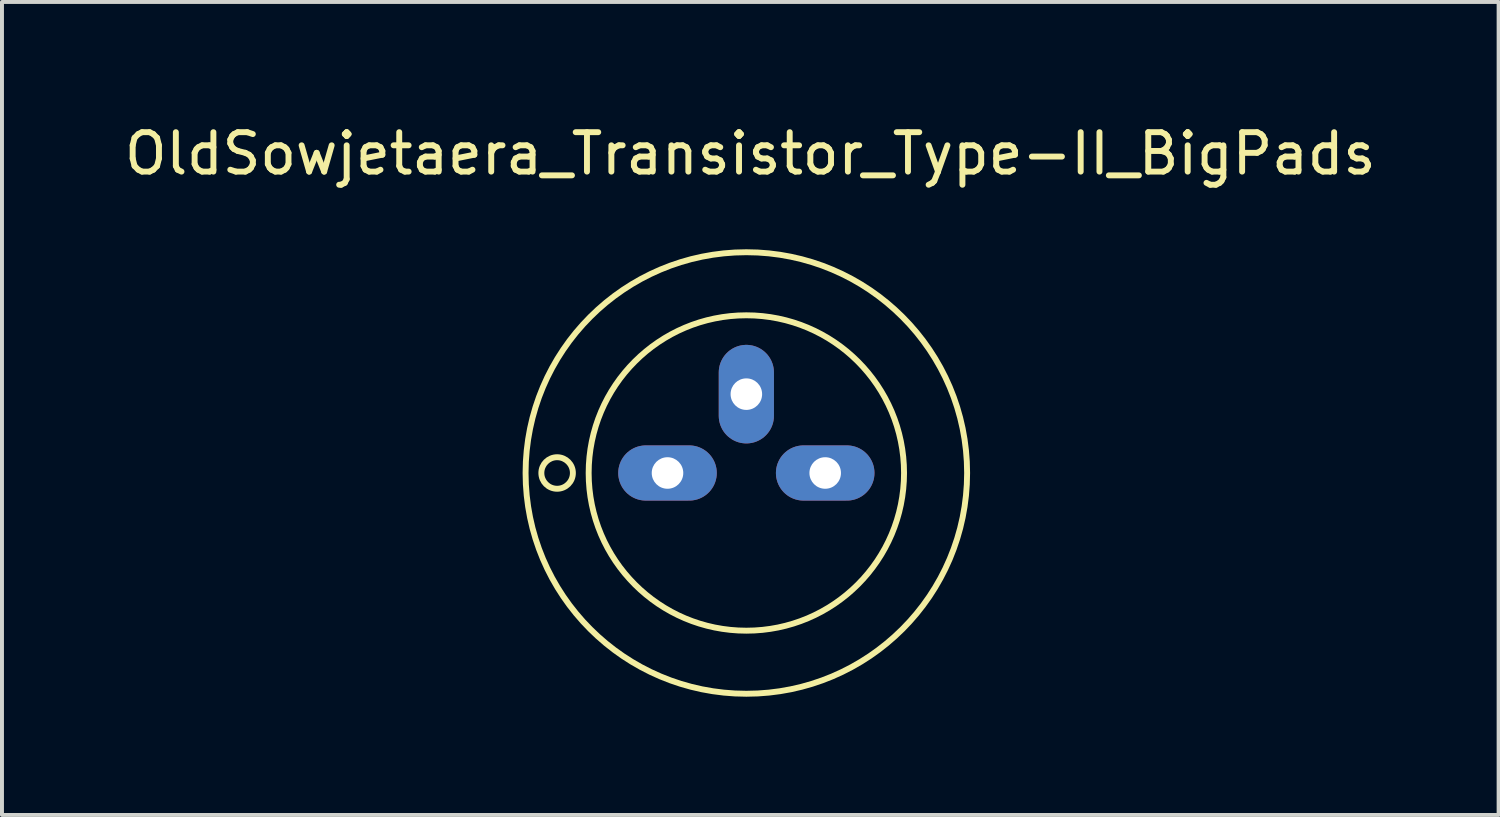
<source format=kicad_pcb>
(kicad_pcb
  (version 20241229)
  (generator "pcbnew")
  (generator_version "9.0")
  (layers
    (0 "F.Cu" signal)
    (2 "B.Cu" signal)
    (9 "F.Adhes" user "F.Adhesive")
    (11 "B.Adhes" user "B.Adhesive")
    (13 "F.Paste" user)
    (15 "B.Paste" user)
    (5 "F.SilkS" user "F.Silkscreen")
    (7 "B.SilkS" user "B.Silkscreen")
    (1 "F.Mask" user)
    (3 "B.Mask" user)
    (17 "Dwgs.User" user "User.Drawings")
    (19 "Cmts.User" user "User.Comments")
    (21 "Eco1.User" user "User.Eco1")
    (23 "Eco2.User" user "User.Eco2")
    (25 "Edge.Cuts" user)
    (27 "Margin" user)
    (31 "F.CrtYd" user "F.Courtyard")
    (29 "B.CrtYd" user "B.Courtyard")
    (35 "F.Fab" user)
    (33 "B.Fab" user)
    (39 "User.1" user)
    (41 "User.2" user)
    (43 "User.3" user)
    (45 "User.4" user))
  (footprint "OldSowjetaera_Transistor_Type-II_BigPads"
    (layer "F.Cu")
    (at 15.882 8.948)
    (property "Reference" "OldSowjetaera_Transistor_Type-II_BigPads" (at 0.1 -8.1 0) (layer "F.SilkS") (effects (font (size 1 1) (thickness 0.15))))
    (attr through_hole)
    (fp_circle (center -4.8 0) (end -4.8 0.4) (stroke (width 0.15) (type solid)) (fill no) (layer "F.SilkS"))
    (fp_circle (center 0 0) (end 4 0) (stroke (width 0.15) (type solid)) (fill no) (layer "F.SilkS"))
    (fp_circle (center 0 0) (end 5.6 0) (stroke (width 0.15) (type solid)) (fill no) (layer "F.SilkS"))
    (pad "1" thru_hole oval (at -2 0 90) (size 1.4 2.5) (drill 0.8) (layers "*.Cu" "*.Mask"))
    (pad "2" thru_hole oval (at 0 -2) (size 1.4 2.5) (drill 0.8) (layers "*.Cu" "*.Mask"))
    (pad "3" thru_hole oval (at 2 0 90) (size 1.4 2.5) (drill 0.8) (layers "*.Cu" "*.Mask")))
  (gr_rect
    (start -3 -3)
    (end 34.964 17.623)
    (stroke (width 0.1) (type default))
    (fill no)
    (layer "Edge.Cuts")))
</source>
